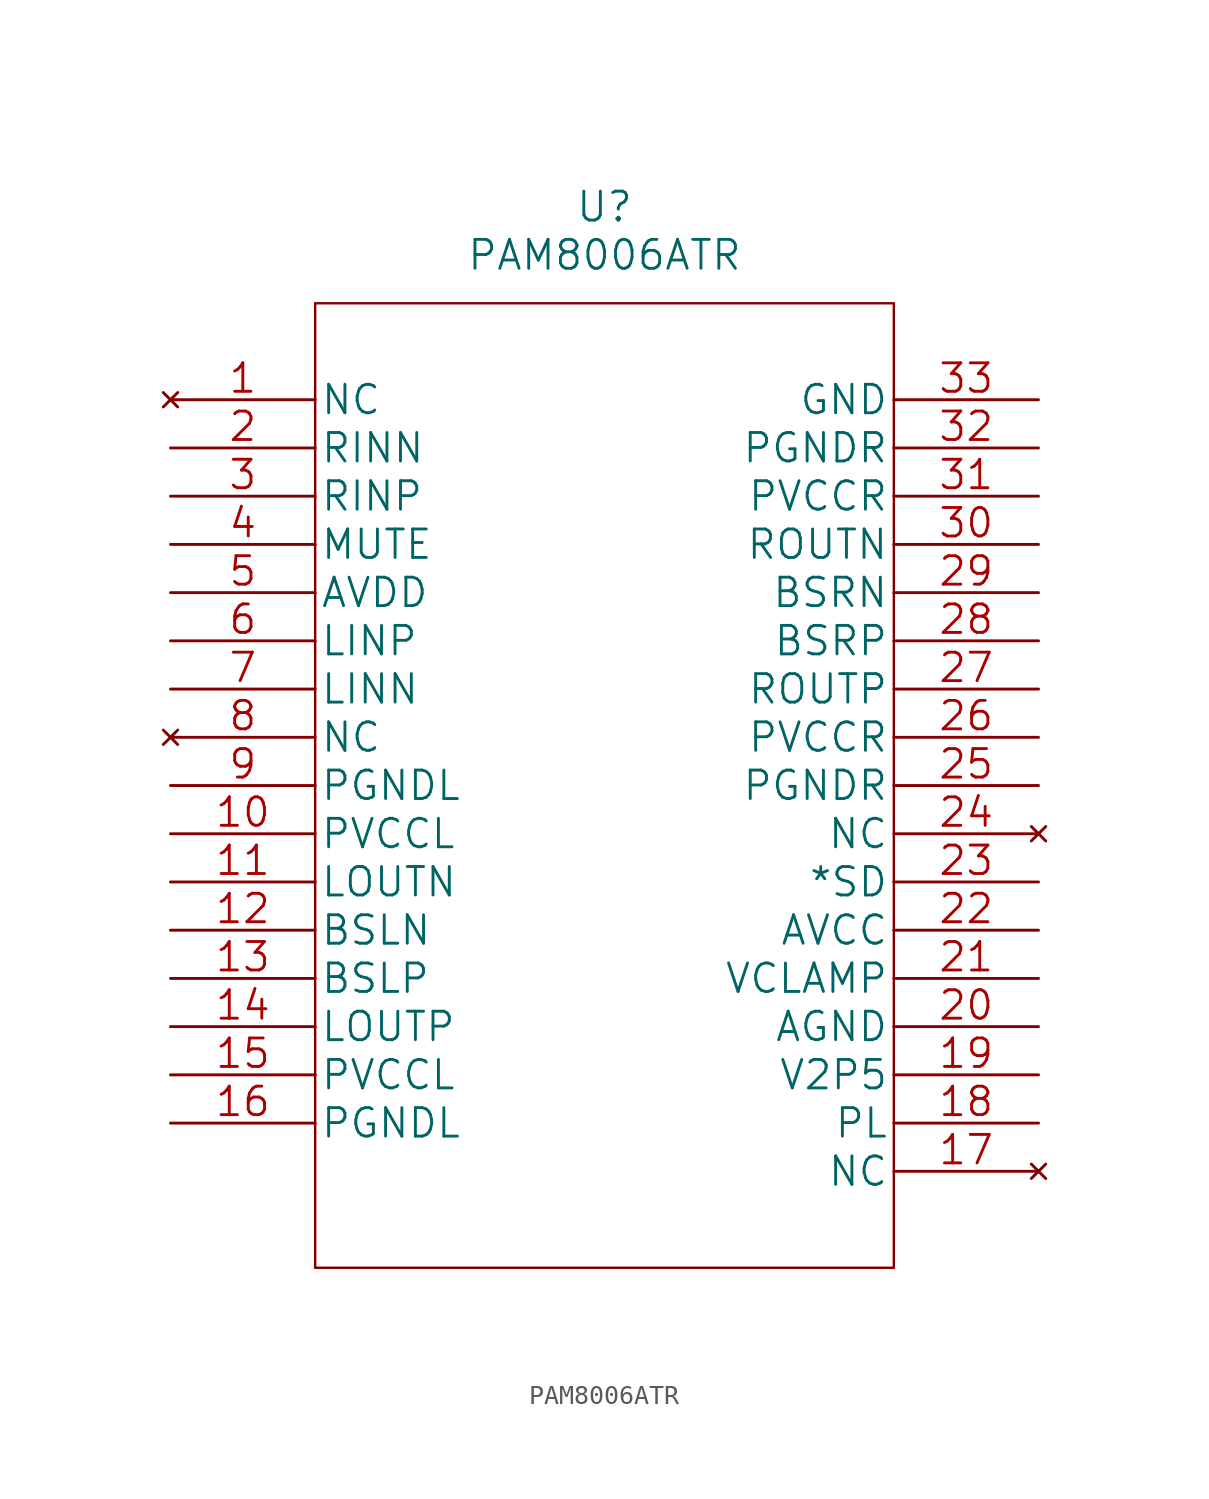
<source format=kicad_sym>
(kicad_symbol_lib
  (version 20220914)
  (generator kicad_symbol_editor)
  (symbol "PAM8006ATR"
    (pin_names
      (offset 0.254))
    (property "Reference" "U"
      (at 22.86 10.16 0)
      (effects (font (size 1.524 1.524))))
    (property "Value" "PAM8006ATR"
      (at 22.86 7.62 0)
      (effects (font (size 1.524 1.524))))
    (property "Datasheet" ""
      (at 0 0 0)
      (effects (font (size 1.524 1.524))))
    (symbol "PAM8006ATR_1_1"
      (polyline (pts (xy 7.62 -45.72) (xy 38.1 -45.72)) (stroke (width 0.127) (type solid)) (fill (type none)))
      (polyline (pts (xy 7.62 5.08) (xy 7.62 -45.72)) (stroke (width 0.127) (type solid)) (fill (type none)))
      (polyline (pts (xy 38.1 -45.72) (xy 38.1 5.08)) (stroke (width 0.127) (type solid)) (fill (type none)))
      (polyline (pts (xy 38.1 5.08) (xy 7.62 5.08)) (stroke (width 0.127) (type solid)) (fill (type none)))
      (pin no_connect line (at 0 0 0) (length 7.62) (name "NC" (effects (font (size 1.499 1.499)))) (number "1" (effects (font (size 1.499 1.499)))))
      (pin power_in line (at 0 -22.86 0) (length 7.62) (name "PVCCL" (effects (font (size 1.499 1.499)))) (number "10" (effects (font (size 1.499 1.499)))))
      (pin output line (at 0 -25.4 0) (length 7.62) (name "LOUTN" (effects (font (size 1.499 1.499)))) (number "11" (effects (font (size 1.499 1.499)))))
      (pin bidirectional line (at 0 -27.94 0) (length 7.62) (name "BSLN" (effects (font (size 1.499 1.499)))) (number "12" (effects (font (size 1.499 1.499)))))
      (pin bidirectional line (at 0 -30.48 0) (length 7.62) (name "BSLP" (effects (font (size 1.499 1.499)))) (number "13" (effects (font (size 1.499 1.499)))))
      (pin output line (at 0 -33.02 0) (length 7.62) (name "LOUTP" (effects (font (size 1.499 1.499)))) (number "14" (effects (font (size 1.499 1.499)))))
      (pin power_in line (at 0 -35.56 0) (length 7.62) (name "PVCCL" (effects (font (size 1.499 1.499)))) (number "15" (effects (font (size 1.499 1.499)))))
      (pin power_in line (at 0 -38.1 0) (length 7.62) (name "PGNDL" (effects (font (size 1.499 1.499)))) (number "16" (effects (font (size 1.499 1.499)))))
      (pin no_connect line (at 45.72 -40.64 180) (length 7.62) (name "NC" (effects (font (size 1.499 1.499)))) (number "17" (effects (font (size 1.499 1.499)))))
      (pin power_in line (at 45.72 -38.1 180) (length 7.62) (name "PL" (effects (font (size 1.499 1.499)))) (number "18" (effects (font (size 1.499 1.499)))))
      (pin power_in line (at 45.72 -35.56 180) (length 7.62) (name "V2P5" (effects (font (size 1.499 1.499)))) (number "19" (effects (font (size 1.499 1.499)))))
      (pin input line (at 0 -2.54 0) (length 7.62) (name "RINN" (effects (font (size 1.499 1.499)))) (number "2" (effects (font (size 1.499 1.499)))))
      (pin power_in line (at 45.72 -33.02 180) (length 7.62) (name "AGND" (effects (font (size 1.499 1.499)))) (number "20" (effects (font (size 1.499 1.499)))))
      (pin power_in line (at 45.72 -30.48 180) (length 7.62) (name "VCLAMP" (effects (font (size 1.499 1.499)))) (number "21" (effects (font (size 1.499 1.499)))))
      (pin power_in line (at 45.72 -27.94 180) (length 7.62) (name "AVCC" (effects (font (size 1.499 1.499)))) (number "22" (effects (font (size 1.499 1.499)))))
      (pin input line (at 45.72 -25.4 180) (length 7.62) (name "*SD" (effects (font (size 1.499 1.499)))) (number "23" (effects (font (size 1.499 1.499)))))
      (pin no_connect line (at 45.72 -22.86 180) (length 7.62) (name "NC" (effects (font (size 1.499 1.499)))) (number "24" (effects (font (size 1.499 1.499)))))
      (pin power_in line (at 45.72 -20.32 180) (length 7.62) (name "PGNDR" (effects (font (size 1.499 1.499)))) (number "25" (effects (font (size 1.499 1.499)))))
      (pin power_in line (at 45.72 -17.78 180) (length 7.62) (name "PVCCR" (effects (font (size 1.499 1.499)))) (number "26" (effects (font (size 1.499 1.499)))))
      (pin output line (at 45.72 -15.24 180) (length 7.62) (name "ROUTP" (effects (font (size 1.499 1.499)))) (number "27" (effects (font (size 1.499 1.499)))))
      (pin bidirectional line (at 45.72 -12.7 180) (length 7.62) (name "BSRP" (effects (font (size 1.499 1.499)))) (number "28" (effects (font (size 1.499 1.499)))))
      (pin bidirectional line (at 45.72 -10.16 180) (length 7.62) (name "BSRN" (effects (font (size 1.499 1.499)))) (number "29" (effects (font (size 1.499 1.499)))))
      (pin input line (at 0 -5.08 0) (length 7.62) (name "RINP" (effects (font (size 1.499 1.499)))) (number "3" (effects (font (size 1.499 1.499)))))
      (pin output line (at 45.72 -7.62 180) (length 7.62) (name "ROUTN" (effects (font (size 1.499 1.499)))) (number "30" (effects (font (size 1.499 1.499)))))
      (pin power_in line (at 45.72 -5.08 180) (length 7.62) (name "PVCCR" (effects (font (size 1.499 1.499)))) (number "31" (effects (font (size 1.499 1.499)))))
      (pin power_in line (at 45.72 -2.54 180) (length 7.62) (name "PGNDR" (effects (font (size 1.499 1.499)))) (number "32" (effects (font (size 1.499 1.499)))))
      (pin power_in line (at 45.72 0 180) (length 7.62) (name "GND" (effects (font (size 1.499 1.499)))) (number "33" (effects (font (size 1.499 1.499)))))
      (pin input line (at 0 -7.62 0) (length 7.62) (name "MUTE" (effects (font (size 1.499 1.499)))) (number "4" (effects (font (size 1.499 1.499)))))
      (pin power_in line (at 0 -10.16 0) (length 7.62) (name "AVDD" (effects (font (size 1.499 1.499)))) (number "5" (effects (font (size 1.499 1.499)))))
      (pin input line (at 0 -12.7 0) (length 7.62) (name "LINP" (effects (font (size 1.499 1.499)))) (number "6" (effects (font (size 1.499 1.499)))))
      (pin input line (at 0 -15.24 0) (length 7.62) (name "LINN" (effects (font (size 1.499 1.499)))) (number "7" (effects (font (size 1.499 1.499)))))
      (pin no_connect line (at 0 -17.78 0) (length 7.62) (name "NC" (effects (font (size 1.499 1.499)))) (number "8" (effects (font (size 1.499 1.499)))))
      (pin power_in line (at 0 -20.32 0) (length 7.62) (name "PGNDL" (effects (font (size 1.499 1.499)))) (number "9" (effects (font (size 1.499 1.499))))))))
</source>
